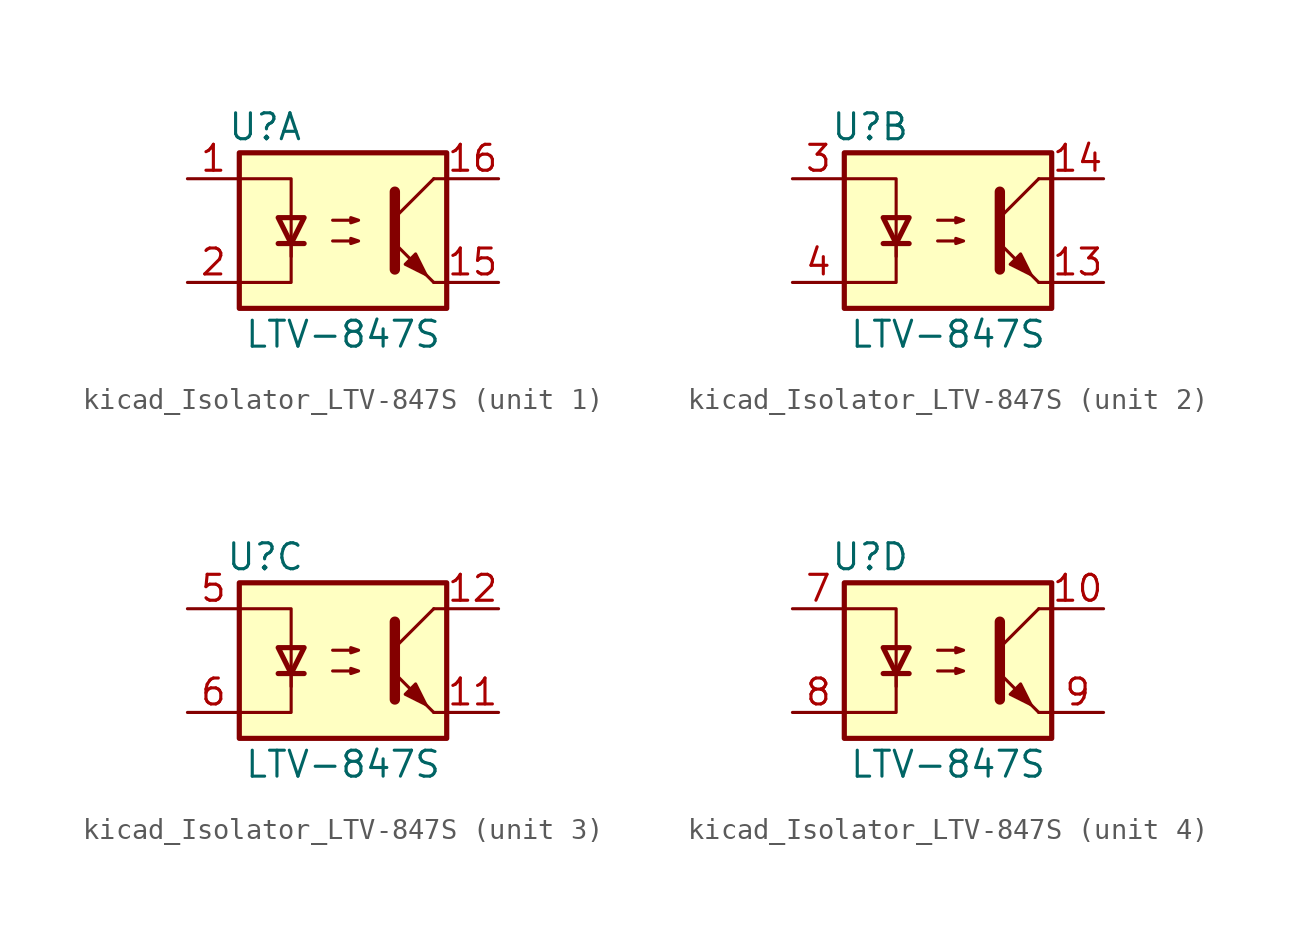
<source format=kicad_sym>
(kicad_symbol_lib
  (version 20220914)
  (generator kicad_symbol_editor)
  (symbol "kicad_Isolator_LTV-847S"
    (pin_names
      (offset 1.016))
    (property "Reference" "U"
      (at -3.81 5.08 0)
      (effects (font (size 1.27 1.27))))
    (property "Value" "LTV-847S"
      (at 0 -5.08 0)
      (effects (font (size 1.27 1.27))))
    (symbol "kicad_Isolator_LTV-847S_0_1"
      (rectangle (start -5.08 3.81) (end 5.08 -3.81) (stroke (width 0.254) (type default)) (fill (type background)))
      (polyline (pts (xy -3.175 -0.635) (xy -1.905 -0.635)) (stroke (width 0.254) (type default)) (fill (type none)))
      (polyline (pts (xy 2.54 0.635) (xy 4.445 2.54)) (stroke (width 0) (type default)) (fill (type none)))
      (polyline (pts (xy 4.445 -2.54) (xy 2.54 -0.635)) (stroke (width 0) (type default)) (fill (type outline)))
      (polyline (pts (xy 4.445 -2.54) (xy 5.08 -2.54)) (stroke (width 0) (type default)) (fill (type none)))
      (polyline (pts (xy 4.445 2.54) (xy 5.08 2.54)) (stroke (width 0) (type default)) (fill (type none)))
      (polyline (pts (xy -2.54 -0.635) (xy -2.54 -2.54) (xy -5.08 -2.54)) (stroke (width 0) (type default)) (fill (type none)))
      (polyline (pts (xy 2.54 1.905) (xy 2.54 -1.905) (xy 2.54 -1.905)) (stroke (width 0.508) (type default)) (fill (type none)))
      (polyline (pts (xy -5.08 2.54) (xy -2.54 2.54) (xy -2.54 -1.27) (xy -2.54 0.635)) (stroke (width 0) (type default)) (fill (type none)))
      (polyline (pts (xy -2.54 -0.635) (xy -3.175 0.635) (xy -1.905 0.635) (xy -2.54 -0.635)) (stroke (width 0.254) (type default)) (fill (type none)))
      (polyline (pts (xy -0.508 -0.508) (xy 0.762 -0.508) (xy 0.381 -0.635) (xy 0.381 -0.381) (xy 0.762 -0.508)) (stroke (width 0) (type default)) (fill (type none)))
      (polyline (pts (xy -0.508 0.508) (xy 0.762 0.508) (xy 0.381 0.381) (xy 0.381 0.635) (xy 0.762 0.508)) (stroke (width 0) (type default)) (fill (type none)))
      (polyline (pts (xy 3.048 -1.651) (xy 3.556 -1.143) (xy 4.064 -2.159) (xy 3.048 -1.651) (xy 3.048 -1.651)) (stroke (width 0) (type default)) (fill (type outline))))
    (symbol "kicad_Isolator_LTV-847S_1_1"
      (pin passive line (at -7.62 2.54 0) (length 2.54) (name "~" (effects (font (size 1.27 1.27)))) (number "1" (effects (font (size 1.27 1.27)))))
      (pin passive line (at 7.62 -2.54 180) (length 2.54) (name "~" (effects (font (size 1.27 1.27)))) (number "15" (effects (font (size 1.27 1.27)))))
      (pin passive line (at 7.62 2.54 180) (length 2.54) (name "~" (effects (font (size 1.27 1.27)))) (number "16" (effects (font (size 1.27 1.27)))))
      (pin passive line (at -7.62 -2.54 0) (length 2.54) (name "~" (effects (font (size 1.27 1.27)))) (number "2" (effects (font (size 1.27 1.27))))))
    (symbol "kicad_Isolator_LTV-847S_2_1"
      (pin passive line (at 7.62 -2.54 180) (length 2.54) (name "~" (effects (font (size 1.27 1.27)))) (number "13" (effects (font (size 1.27 1.27)))))
      (pin passive line (at 7.62 2.54 180) (length 2.54) (name "~" (effects (font (size 1.27 1.27)))) (number "14" (effects (font (size 1.27 1.27)))))
      (pin passive line (at -7.62 2.54 0) (length 2.54) (name "~" (effects (font (size 1.27 1.27)))) (number "3" (effects (font (size 1.27 1.27)))))
      (pin passive line (at -7.62 -2.54 0) (length 2.54) (name "~" (effects (font (size 1.27 1.27)))) (number "4" (effects (font (size 1.27 1.27))))))
    (symbol "kicad_Isolator_LTV-847S_3_1"
      (pin passive line (at 7.62 -2.54 180) (length 2.54) (name "~" (effects (font (size 1.27 1.27)))) (number "11" (effects (font (size 1.27 1.27)))))
      (pin passive line (at 7.62 2.54 180) (length 2.54) (name "~" (effects (font (size 1.27 1.27)))) (number "12" (effects (font (size 1.27 1.27)))))
      (pin passive line (at -7.62 2.54 0) (length 2.54) (name "~" (effects (font (size 1.27 1.27)))) (number "5" (effects (font (size 1.27 1.27)))))
      (pin passive line (at -7.62 -2.54 0) (length 2.54) (name "~" (effects (font (size 1.27 1.27)))) (number "6" (effects (font (size 1.27 1.27))))))
    (symbol "kicad_Isolator_LTV-847S_4_1"
      (pin passive line (at 7.62 2.54 180) (length 2.54) (name "~" (effects (font (size 1.27 1.27)))) (number "10" (effects (font (size 1.27 1.27)))))
      (pin passive line (at -7.62 2.54 0) (length 2.54) (name "~" (effects (font (size 1.27 1.27)))) (number "7" (effects (font (size 1.27 1.27)))))
      (pin passive line (at -7.62 -2.54 0) (length 2.54) (name "~" (effects (font (size 1.27 1.27)))) (number "8" (effects (font (size 1.27 1.27)))))
      (pin passive line (at 7.62 -2.54 180) (length 2.54) (name "~" (effects (font (size 1.27 1.27)))) (number "9" (effects (font (size 1.27 1.27))))))))
</source>
